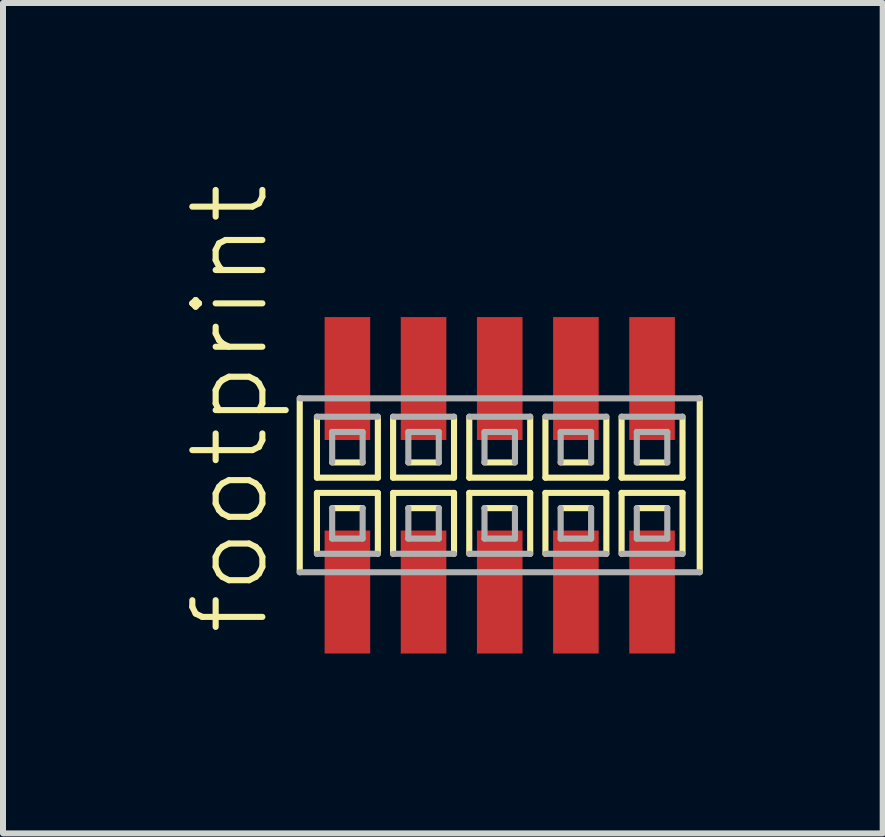
<source format=kicad_pcb>
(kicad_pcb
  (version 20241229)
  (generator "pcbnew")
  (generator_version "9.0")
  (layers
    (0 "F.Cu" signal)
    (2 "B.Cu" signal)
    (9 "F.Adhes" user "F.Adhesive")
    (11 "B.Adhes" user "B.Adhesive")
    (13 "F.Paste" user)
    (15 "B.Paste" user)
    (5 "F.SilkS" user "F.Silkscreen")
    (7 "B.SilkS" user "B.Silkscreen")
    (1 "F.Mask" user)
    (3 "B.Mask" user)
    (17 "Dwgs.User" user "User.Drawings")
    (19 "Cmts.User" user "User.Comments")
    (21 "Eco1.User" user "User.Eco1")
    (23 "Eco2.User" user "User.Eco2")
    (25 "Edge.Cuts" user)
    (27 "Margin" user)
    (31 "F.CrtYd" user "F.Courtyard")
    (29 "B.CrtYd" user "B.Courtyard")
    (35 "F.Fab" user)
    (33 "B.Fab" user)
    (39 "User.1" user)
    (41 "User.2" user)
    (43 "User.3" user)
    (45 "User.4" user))
  (footprint "footprint"
    (layer "F.Cu")
    (at 5.283 5.042)
    (property "Reference" "footprint" (at -3.81 2.54 90) (layer "F.SilkS") (effects (font (size 1.168 1.168) (thickness 0.102)) (justify left bottom)))
    (fp_line (start -3.335 -1.45) (end -3.335 1.45) (stroke (width 0.102) (type solid)) (layer "F.SilkS"))
    (fp_line (start -3.048 -1.143) (end -3.048 -0.127) (stroke (width 0.102) (type solid)) (layer "F.SilkS"))
    (fp_line (start -3.048 -0.127) (end -2.032 -0.127) (stroke (width 0.102) (type solid)) (layer "F.SilkS"))
    (fp_line (start -3.048 0.127) (end -3.048 1.143) (stroke (width 0.102) (type solid)) (layer "F.SilkS"))
    (fp_line (start -2.794 -0.381) (end -2.286 -0.381) (stroke (width 0.102) (type solid)) (layer "F.SilkS"))
    (fp_line (start -2.286 0.381) (end -2.794 0.381) (stroke (width 0.102) (type solid)) (layer "F.SilkS"))
    (fp_line (start -2.032 -0.127) (end -2.032 -1.143) (stroke (width 0.102) (type solid)) (layer "F.SilkS"))
    (fp_line (start -2.032 0.127) (end -3.048 0.127) (stroke (width 0.102) (type solid)) (layer "F.SilkS"))
    (fp_line (start -2.032 1.143) (end -2.032 0.127) (stroke (width 0.102) (type solid)) (layer "F.SilkS"))
    (fp_line (start -1.778 -1.143) (end -1.778 -0.127) (stroke (width 0.102) (type solid)) (layer "F.SilkS"))
    (fp_line (start -1.778 -0.127) (end -0.762 -0.127) (stroke (width 0.102) (type solid)) (layer "F.SilkS"))
    (fp_line (start -1.778 0.127) (end -1.778 1.143) (stroke (width 0.102) (type solid)) (layer "F.SilkS"))
    (fp_line (start -1.524 -0.381) (end -1.016 -0.381) (stroke (width 0.102) (type solid)) (layer "F.SilkS"))
    (fp_line (start -1.016 0.381) (end -1.524 0.381) (stroke (width 0.102) (type solid)) (layer "F.SilkS"))
    (fp_line (start -0.762 -0.127) (end -0.762 -1.143) (stroke (width 0.102) (type solid)) (layer "F.SilkS"))
    (fp_line (start -0.762 0.127) (end -1.778 0.127) (stroke (width 0.102) (type solid)) (layer "F.SilkS"))
    (fp_line (start -0.762 1.143) (end -0.762 0.127) (stroke (width 0.102) (type solid)) (layer "F.SilkS"))
    (fp_line (start -0.508 -1.143) (end -0.508 -0.127) (stroke (width 0.102) (type solid)) (layer "F.SilkS"))
    (fp_line (start -0.508 -0.127) (end 0.508 -0.127) (stroke (width 0.102) (type solid)) (layer "F.SilkS"))
    (fp_line (start -0.508 0.127) (end -0.508 1.143) (stroke (width 0.102) (type solid)) (layer "F.SilkS"))
    (fp_line (start -0.254 -0.381) (end 0.254 -0.381) (stroke (width 0.102) (type solid)) (layer "F.SilkS"))
    (fp_line (start 0.254 0.381) (end -0.254 0.381) (stroke (width 0.102) (type solid)) (layer "F.SilkS"))
    (fp_line (start 0.508 -0.127) (end 0.508 -1.143) (stroke (width 0.102) (type solid)) (layer "F.SilkS"))
    (fp_line (start 0.508 0.127) (end -0.508 0.127) (stroke (width 0.102) (type solid)) (layer "F.SilkS"))
    (fp_line (start 0.508 1.143) (end 0.508 0.127) (stroke (width 0.102) (type solid)) (layer "F.SilkS"))
    (fp_line (start 0.762 -1.143) (end 0.762 -0.127) (stroke (width 0.102) (type solid)) (layer "F.SilkS"))
    (fp_line (start 0.762 -0.127) (end 1.778 -0.127) (stroke (width 0.102) (type solid)) (layer "F.SilkS"))
    (fp_line (start 0.762 0.127) (end 0.762 1.143) (stroke (width 0.102) (type solid)) (layer "F.SilkS"))
    (fp_line (start 1.016 -0.381) (end 1.524 -0.381) (stroke (width 0.102) (type solid)) (layer "F.SilkS"))
    (fp_line (start 1.524 0.381) (end 1.016 0.381) (stroke (width 0.102) (type solid)) (layer "F.SilkS"))
    (fp_line (start 1.778 -0.127) (end 1.778 -1.143) (stroke (width 0.102) (type solid)) (layer "F.SilkS"))
    (fp_line (start 1.778 0.127) (end 0.762 0.127) (stroke (width 0.102) (type solid)) (layer "F.SilkS"))
    (fp_line (start 1.778 1.143) (end 1.778 0.127) (stroke (width 0.102) (type solid)) (layer "F.SilkS"))
    (fp_line (start 2.032 -1.143) (end 2.032 -0.127) (stroke (width 0.102) (type solid)) (layer "F.SilkS"))
    (fp_line (start 2.032 -0.127) (end 3.048 -0.127) (stroke (width 0.102) (type solid)) (layer "F.SilkS"))
    (fp_line (start 2.032 0.127) (end 2.032 1.143) (stroke (width 0.102) (type solid)) (layer "F.SilkS"))
    (fp_line (start 2.286 -0.381) (end 2.794 -0.381) (stroke (width 0.102) (type solid)) (layer "F.SilkS"))
    (fp_line (start 2.794 0.381) (end 2.286 0.381) (stroke (width 0.102) (type solid)) (layer "F.SilkS"))
    (fp_line (start 3.048 -0.127) (end 3.048 -1.143) (stroke (width 0.102) (type solid)) (layer "F.SilkS"))
    (fp_line (start 3.048 0.127) (end 2.032 0.127) (stroke (width 0.102) (type solid)) (layer "F.SilkS"))
    (fp_line (start 3.048 1.143) (end 3.048 0.127) (stroke (width 0.102) (type solid)) (layer "F.SilkS"))
    (fp_line (start 3.335 1.45) (end 3.335 -1.45) (stroke (width 0.102) (type solid)) (layer "F.SilkS"))
    (fp_line (start -3.335 1.45) (end 3.335 1.45) (stroke (width 0.102) (type solid)) (layer "F.Fab"))
    (fp_line (start -3.048 1.143) (end -2.032 1.143) (stroke (width 0.102) (type solid)) (layer "F.Fab"))
    (fp_line (start -2.794 -0.889) (end -2.794 -0.381) (stroke (width 0.102) (type solid)) (layer "F.Fab"))
    (fp_line (start -2.794 0.381) (end -2.794 0.889) (stroke (width 0.102) (type solid)) (layer "F.Fab"))
    (fp_line (start -2.794 0.889) (end -2.286 0.889) (stroke (width 0.102) (type solid)) (layer "F.Fab"))
    (fp_line (start -2.286 -0.889) (end -2.794 -0.889) (stroke (width 0.102) (type solid)) (layer "F.Fab"))
    (fp_line (start -2.286 -0.381) (end -2.286 -0.889) (stroke (width 0.102) (type solid)) (layer "F.Fab"))
    (fp_line (start -2.286 0.889) (end -2.286 0.381) (stroke (width 0.102) (type solid)) (layer "F.Fab"))
    (fp_line (start -2.032 -1.143) (end -3.048 -1.143) (stroke (width 0.102) (type solid)) (layer "F.Fab"))
    (fp_line (start -1.778 1.143) (end -0.762 1.143) (stroke (width 0.102) (type solid)) (layer "F.Fab"))
    (fp_line (start -1.524 -0.889) (end -1.524 -0.381) (stroke (width 0.102) (type solid)) (layer "F.Fab"))
    (fp_line (start -1.524 0.381) (end -1.524 0.889) (stroke (width 0.102) (type solid)) (layer "F.Fab"))
    (fp_line (start -1.524 0.889) (end -1.016 0.889) (stroke (width 0.102) (type solid)) (layer "F.Fab"))
    (fp_line (start -1.016 -0.889) (end -1.524 -0.889) (stroke (width 0.102) (type solid)) (layer "F.Fab"))
    (fp_line (start -1.016 -0.381) (end -1.016 -0.889) (stroke (width 0.102) (type solid)) (layer "F.Fab"))
    (fp_line (start -1.016 0.889) (end -1.016 0.381) (stroke (width 0.102) (type solid)) (layer "F.Fab"))
    (fp_line (start -0.762 -1.143) (end -1.778 -1.143) (stroke (width 0.102) (type solid)) (layer "F.Fab"))
    (fp_line (start -0.508 1.143) (end 0.508 1.143) (stroke (width 0.102) (type solid)) (layer "F.Fab"))
    (fp_line (start -0.254 -0.889) (end -0.254 -0.381) (stroke (width 0.102) (type solid)) (layer "F.Fab"))
    (fp_line (start -0.254 0.381) (end -0.254 0.889) (stroke (width 0.102) (type solid)) (layer "F.Fab"))
    (fp_line (start -0.254 0.889) (end 0.254 0.889) (stroke (width 0.102) (type solid)) (layer "F.Fab"))
    (fp_line (start 0.254 -0.889) (end -0.254 -0.889) (stroke (width 0.102) (type solid)) (layer "F.Fab"))
    (fp_line (start 0.254 -0.381) (end 0.254 -0.889) (stroke (width 0.102) (type solid)) (layer "F.Fab"))
    (fp_line (start 0.254 0.889) (end 0.254 0.381) (stroke (width 0.102) (type solid)) (layer "F.Fab"))
    (fp_line (start 0.508 -1.143) (end -0.508 -1.143) (stroke (width 0.102) (type solid)) (layer "F.Fab"))
    (fp_line (start 0.762 1.143) (end 1.778 1.143) (stroke (width 0.102) (type solid)) (layer "F.Fab"))
    (fp_line (start 1.016 -0.889) (end 1.016 -0.381) (stroke (width 0.102) (type solid)) (layer "F.Fab"))
    (fp_line (start 1.016 0.381) (end 1.016 0.889) (stroke (width 0.102) (type solid)) (layer "F.Fab"))
    (fp_line (start 1.016 0.889) (end 1.524 0.889) (stroke (width 0.102) (type solid)) (layer "F.Fab"))
    (fp_line (start 1.524 -0.889) (end 1.016 -0.889) (stroke (width 0.102) (type solid)) (layer "F.Fab"))
    (fp_line (start 1.524 -0.381) (end 1.524 -0.889) (stroke (width 0.102) (type solid)) (layer "F.Fab"))
    (fp_line (start 1.524 0.889) (end 1.524 0.381) (stroke (width 0.102) (type solid)) (layer "F.Fab"))
    (fp_line (start 1.778 -1.143) (end 0.762 -1.143) (stroke (width 0.102) (type solid)) (layer "F.Fab"))
    (fp_line (start 2.032 1.143) (end 3.048 1.143) (stroke (width 0.102) (type solid)) (layer "F.Fab"))
    (fp_line (start 2.286 -0.889) (end 2.286 -0.381) (stroke (width 0.102) (type solid)) (layer "F.Fab"))
    (fp_line (start 2.286 0.381) (end 2.286 0.889) (stroke (width 0.102) (type solid)) (layer "F.Fab"))
    (fp_line (start 2.286 0.889) (end 2.794 0.889) (stroke (width 0.102) (type solid)) (layer "F.Fab"))
    (fp_line (start 2.794 -0.889) (end 2.286 -0.889) (stroke (width 0.102) (type solid)) (layer "F.Fab"))
    (fp_line (start 2.794 -0.381) (end 2.794 -0.889) (stroke (width 0.102) (type solid)) (layer "F.Fab"))
    (fp_line (start 2.794 0.889) (end 2.794 0.381) (stroke (width 0.102) (type solid)) (layer "F.Fab"))
    (fp_line (start 3.048 -1.143) (end 2.032 -1.143) (stroke (width 0.102) (type solid)) (layer "F.Fab"))
    (fp_line (start 3.335 -1.45) (end -3.335 -1.45) (stroke (width 0.102) (type solid)) (layer "F.Fab"))
    (pad "1" smd rect (at -2.54 1.78) (size 0.76 2.05) (layers "F.Cu" "F.Mask" "F.Paste"))
    (pad "2" smd rect (at -2.54 -1.78) (size 0.76 2.05) (layers "F.Cu" "F.Mask" "F.Paste"))
    (pad "3" smd rect (at -1.27 1.78) (size 0.76 2.05) (layers "F.Cu" "F.Mask" "F.Paste"))
    (pad "4" smd rect (at -1.27 -1.78) (size 0.76 2.05) (layers "F.Cu" "F.Mask" "F.Paste"))
    (pad "5" smd rect (at 0 1.78) (size 0.76 2.05) (layers "F.Cu" "F.Mask" "F.Paste"))
    (pad "6" smd rect (at 0 -1.78) (size 0.76 2.05) (layers "F.Cu" "F.Mask" "F.Paste"))
    (pad "7" smd rect (at 1.27 1.78) (size 0.76 2.05) (layers "F.Cu" "F.Mask" "F.Paste"))
    (pad "8" smd rect (at 1.27 -1.78) (size 0.76 2.05) (layers "F.Cu" "F.Mask" "F.Paste"))
    (pad "9" smd rect (at 2.54 1.78) (size 0.76 2.05) (layers "F.Cu" "F.Mask" "F.Paste"))
    (pad "10" smd rect (at 2.54 -1.78) (size 0.76 2.05) (layers "F.Cu" "F.Mask" "F.Paste")))
  (gr_rect
    (start -3 -3)
    (end 11.669 10.847)
    (stroke (width 0.1) (type default))
    (fill no)
    (layer "Edge.Cuts")))
</source>
